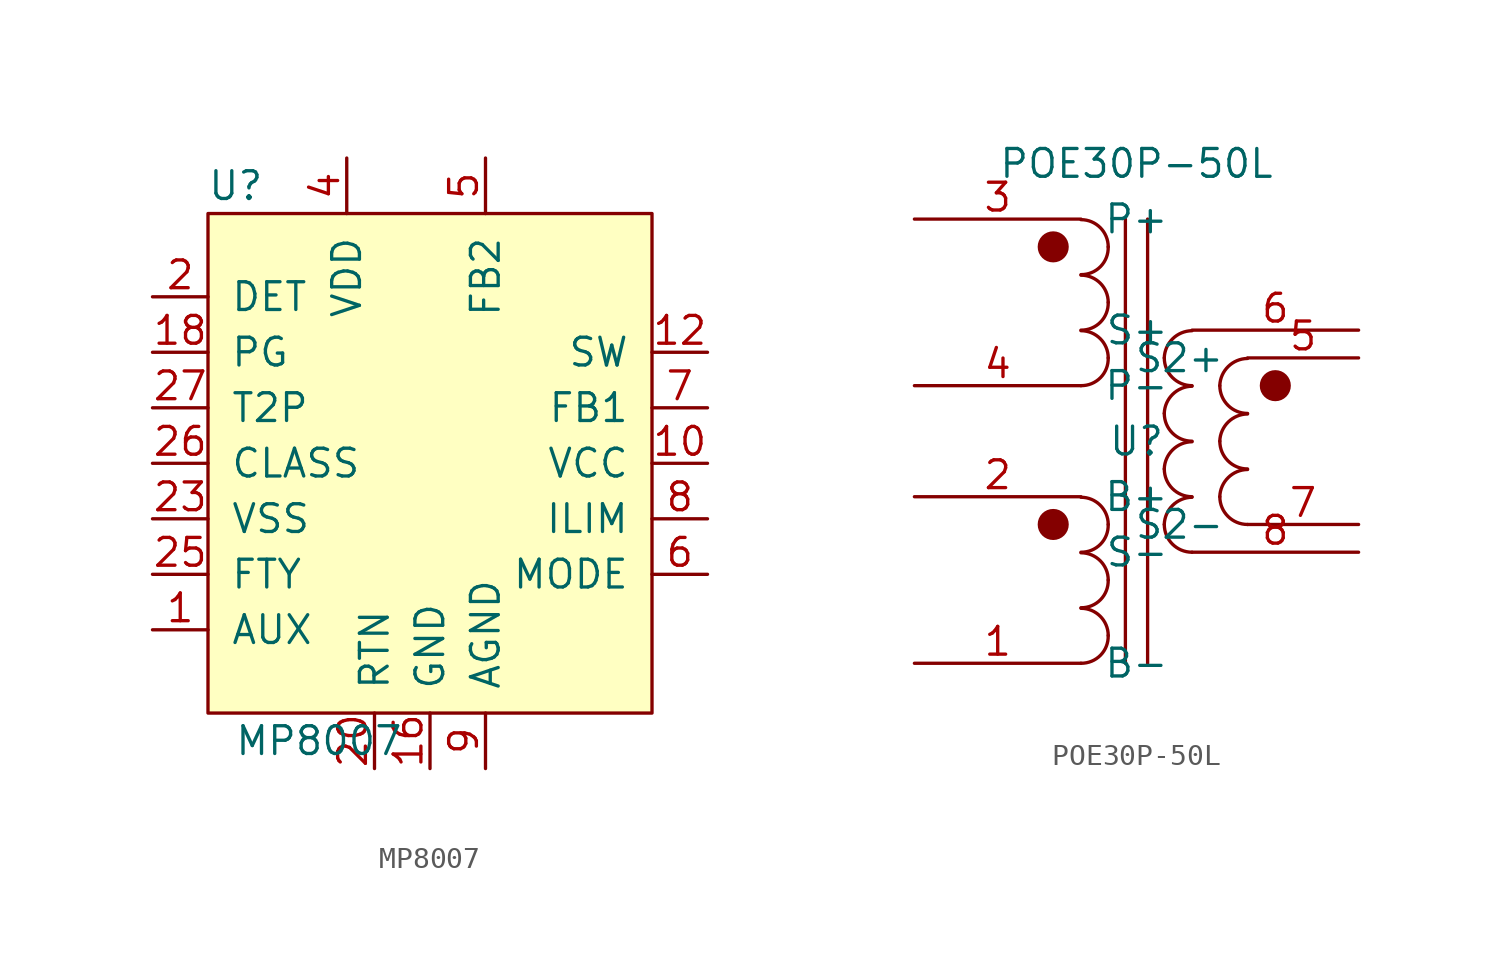
<source format=kicad_sym>
(kicad_symbol_lib
  (version 20211014)
  (generator kicad_symbol_editor)
  (symbol "MP8007"
    (pin_names
      (offset 1.016))
    (property "Reference" "U"
      (at -5.08 11.43 0)
      (effects (font (size 1.27 1.27))))
    (property "Value" "MP8007"
      (at -1.27 -13.97 0)
      (effects (font (size 1.27 1.27))))
    (symbol "MP8007_0_1"
      (rectangle (start -6.35 10.16) (end 13.97 -12.7) (stroke (width 0) (type default) (color 0 0 0 0)) (fill (type background))))
    (symbol "MP8007_1_1"
      (pin input line (at -8.89 -8.89 0) (length 2.54) (name "AUX" (effects (font (size 1.27 1.27)))) (number "1" (effects (font (size 1.27 1.27)))))
      (pin input line (at 16.51 -1.27 180) (length 2.54) (name "VCC" (effects (font (size 1.27 1.27)))) (number "10" (effects (font (size 1.27 1.27)))))
      (pin input line (at 16.51 3.81 180) (length 2.54) (name "SW" (effects (font (size 1.27 1.27)))) (number "12" (effects (font (size 1.27 1.27)))))
      (pin input line (at 16.51 3.81 180) (length 2.54) hide (name "~" (effects (font (size 1.27 1.27)))) (number "13" (effects (font (size 1.27 1.27)))))
      (pin input line (at 3.81 -15.24 90) (length 2.54) (name "GND" (effects (font (size 1.27 1.27)))) (number "16" (effects (font (size 1.27 1.27)))))
      (pin input line (at 3.81 -15.24 90) (length 2.54) hide (name "~" (effects (font (size 1.27 1.27)))) (number "17" (effects (font (size 1.27 1.27)))))
      (pin input line (at -8.89 3.81 0) (length 2.54) (name "PG" (effects (font (size 1.27 1.27)))) (number "18" (effects (font (size 1.27 1.27)))))
      (pin input line (at -8.89 6.35 0) (length 2.54) (name "DET" (effects (font (size 1.27 1.27)))) (number "2" (effects (font (size 1.27 1.27)))))
      (pin input line (at 1.27 -15.24 90) (length 2.54) (name "RTN" (effects (font (size 1.27 1.27)))) (number "20" (effects (font (size 1.27 1.27)))))
      (pin input line (at 1.27 -15.24 90) (length 2.54) hide (name "~" (effects (font (size 1.27 1.27)))) (number "21" (effects (font (size 1.27 1.27)))))
      (pin input line (at -8.89 -3.81 0) (length 2.54) (name "VSS" (effects (font (size 1.27 1.27)))) (number "23" (effects (font (size 1.27 1.27)))))
      (pin input line (at -8.89 -3.81 0) (length 2.54) hide (name "~" (effects (font (size 1.27 1.27)))) (number "24" (effects (font (size 1.27 1.27)))))
      (pin input line (at -8.89 -6.35 0) (length 2.54) (name "FTY" (effects (font (size 1.27 1.27)))) (number "25" (effects (font (size 1.27 1.27)))))
      (pin input line (at -8.89 -1.27 0) (length 2.54) (name "CLASS" (effects (font (size 1.27 1.27)))) (number "26" (effects (font (size 1.27 1.27)))))
      (pin input line (at -8.89 1.27 0) (length 2.54) (name "T2P" (effects (font (size 1.27 1.27)))) (number "27" (effects (font (size 1.27 1.27)))))
      (pin input line (at 3.81 -15.24 90) (length 2.54) hide (name "GND" (effects (font (size 1.27 1.27)))) (number "29" (effects (font (size 1.27 1.27)))))
      (pin input line (at 0 12.7 270) (length 2.54) (name "VDD" (effects (font (size 1.27 1.27)))) (number "4" (effects (font (size 1.27 1.27)))))
      (pin input line (at 6.35 12.7 270) (length 2.54) (name "FB2" (effects (font (size 1.27 1.27)))) (number "5" (effects (font (size 1.27 1.27)))))
      (pin input line (at 16.51 -6.35 180) (length 2.54) (name "MODE" (effects (font (size 1.27 1.27)))) (number "6" (effects (font (size 1.27 1.27)))))
      (pin input line (at 16.51 1.27 180) (length 2.54) (name "FB1" (effects (font (size 1.27 1.27)))) (number "7" (effects (font (size 1.27 1.27)))))
      (pin input line (at 16.51 -3.81 180) (length 2.54) (name "ILIM" (effects (font (size 1.27 1.27)))) (number "8" (effects (font (size 1.27 1.27)))))
      (pin input line (at 6.35 -15.24 90) (length 2.54) (name "AGND" (effects (font (size 1.27 1.27)))) (number "9" (effects (font (size 1.27 1.27)))))))
  (symbol "POE30P-50L"
    (pin_names
      (offset 1.016))
    (property "Reference" "U"
      (at 0 0 0)
      (effects (font (size 1.27 1.27))))
    (property "Value" "POE30P-50L"
      (at 0 12.7 0)
      (effects (font (size 1.27 1.27))))
    (symbol "POE30P-50L_0_1"
      (circle (center -3.81 -3.81) (radius 0.635) (stroke (width 0) (type default) (color 0 0 0 0)) (fill (type outline)))
      (circle (center -3.81 8.89) (radius 0.635) (stroke (width 0) (type default) (color 0 0 0 0)) (fill (type outline)))
      (circle (center 6.35 2.54) (radius 0.635) (stroke (width 0) (type default) (color 0 0 0 0)) (fill (type outline))))
    (symbol "POE30P-50L_1_1"
      (arc (start -2.54 -10.16) (mid -1.642 -9.788) (end -1.2954 -8.89) (stroke (width 0) (type default) (color 0 0 0 0)) (fill (type none)))
      (arc (start -2.54 -7.62) (mid -1.642 -7.248) (end -1.2954 -6.35) (stroke (width 0) (type default) (color 0 0 0 0)) (fill (type none)))
      (arc (start -2.54 -5.08) (mid -1.642 -4.708) (end -1.2954 -3.81) (stroke (width 0) (type default) (color 0 0 0 0)) (fill (type none)))
      (arc (start -2.54 2.54) (mid -1.642 2.912) (end -1.2954 3.81) (stroke (width 0) (type default) (color 0 0 0 0)) (fill (type none)))
      (arc (start -2.54 5.08) (mid -1.642 5.452) (end -1.2954 6.35) (stroke (width 0) (type default) (color 0 0 0 0)) (fill (type none)))
      (arc (start -2.54 7.62) (mid -1.642 7.992) (end -1.2954 8.89) (stroke (width 0) (type default) (color 0 0 0 0)) (fill (type none)))
      (arc (start -1.2954 -8.89) (mid -1.6599 -8.0099) (end -2.54 -7.6454) (stroke (width 0) (type default) (color 0 0 0 0)) (fill (type none)))
      (arc (start -1.2954 -6.35) (mid -1.6599 -5.4699) (end -2.54 -5.1054) (stroke (width 0) (type default) (color 0 0 0 0)) (fill (type none)))
      (arc (start -1.2954 -3.81) (mid -1.6599 -2.9299) (end -2.54 -2.5654) (stroke (width 0) (type default) (color 0 0 0 0)) (fill (type none)))
      (arc (start -1.2954 3.81) (mid -1.6599 4.6901) (end -2.54 5.0546) (stroke (width 0) (type default) (color 0 0 0 0)) (fill (type none)))
      (arc (start -1.2954 6.35) (mid -1.6599 7.2301) (end -2.54 7.5946) (stroke (width 0) (type default) (color 0 0 0 0)) (fill (type none)))
      (arc (start -1.2954 8.89) (mid -1.6599 9.7701) (end -2.54 10.1346) (stroke (width 0) (type default) (color 0 0 0 0)) (fill (type none)))
      (polyline (pts (xy -0.508 -10.16) (xy -0.508 10.16)) (stroke (width 0) (type default) (color 0 0 0 0)) (fill (type none)))
      (polyline (pts (xy 0.508 10.16) (xy 0.508 -10.16)) (stroke (width 0) (type default) (color 0 0 0 0)) (fill (type none)))
      (arc (start 1.27 -3.81) (mid 1.642 -4.708) (end 2.54 -5.08) (stroke (width 0) (type default) (color 0 0 0 0)) (fill (type none)))
      (arc (start 1.27 -1.27) (mid 1.642 -2.168) (end 2.54 -2.54) (stroke (width 0) (type default) (color 0 0 0 0)) (fill (type none)))
      (arc (start 1.27 1.27) (mid 1.642 0.372) (end 2.54 0) (stroke (width 0) (type default) (color 0 0 0 0)) (fill (type none)))
      (arc (start 1.27 3.81) (mid 1.642 2.912) (end 2.54 2.54) (stroke (width 0) (type default) (color 0 0 0 0)) (fill (type none)))
      (arc (start 2.54 -2.5654) (mid 1.6599 -2.9299) (end 1.27 -3.81) (stroke (width 0) (type default) (color 0 0 0 0)) (fill (type none)))
      (arc (start 2.54 -0.0254) (mid 1.6599 -0.3899) (end 1.27 -1.27) (stroke (width 0) (type default) (color 0 0 0 0)) (fill (type none)))
      (arc (start 2.54 2.5146) (mid 1.6599 2.1501) (end 1.27 1.27) (stroke (width 0) (type default) (color 0 0 0 0)) (fill (type none)))
      (arc (start 2.54 5.0546) (mid 1.6599 4.6901) (end 1.27 3.81) (stroke (width 0) (type default) (color 0 0 0 0)) (fill (type none)))
      (arc (start 3.81 -2.54) (mid 4.182 -3.438) (end 5.08 -3.81) (stroke (width 0) (type default) (color 0 0 0 0)) (fill (type none)))
      (arc (start 3.81 0) (mid 4.182 -0.898) (end 5.08 -1.27) (stroke (width 0) (type default) (color 0 0 0 0)) (fill (type none)))
      (arc (start 3.81 2.54) (mid 4.182 1.642) (end 5.08 1.27) (stroke (width 0) (type default) (color 0 0 0 0)) (fill (type none)))
      (arc (start 5.08 -1.2954) (mid 4.1999 -1.6599) (end 3.81 -2.54) (stroke (width 0) (type default) (color 0 0 0 0)) (fill (type none)))
      (arc (start 5.08 1.2446) (mid 4.1999 0.8801) (end 3.81 0) (stroke (width 0) (type default) (color 0 0 0 0)) (fill (type none)))
      (arc (start 5.08 3.7846) (mid 4.1999 3.4201) (end 3.81 2.54) (stroke (width 0) (type default) (color 0 0 0 0)) (fill (type none)))
      (pin passive line (at -10.16 -10.16 0) (length 7.62) (name "B-" (effects (font (size 1.27 1.27)))) (number "1" (effects (font (size 1.27 1.27)))))
      (pin passive line (at -10.16 -2.54 0) (length 7.62) (name "B+" (effects (font (size 1.27 1.27)))) (number "2" (effects (font (size 1.27 1.27)))))
      (pin passive line (at -10.16 10.16 0) (length 7.62) (name "P+" (effects (font (size 1.27 1.27)))) (number "3" (effects (font (size 1.27 1.27)))))
      (pin passive line (at -10.16 2.54 0) (length 7.62) (name "P-" (effects (font (size 1.27 1.27)))) (number "4" (effects (font (size 1.27 1.27)))))
      (pin passive line (at 10.16 3.81 180) (length 5.08) (name "S2+" (effects (font (size 1.27 1.27)))) (number "5" (effects (font (size 1.27 1.27)))))
      (pin passive line (at 10.16 5.08 180) (length 7.62) (name "S+" (effects (font (size 1.27 1.27)))) (number "6" (effects (font (size 1.27 1.27)))))
      (pin passive line (at 10.16 -3.81 180) (length 5.08) (name "S2-" (effects (font (size 1.27 1.27)))) (number "7" (effects (font (size 1.27 1.27)))))
      (pin passive line (at 10.16 -5.08 180) (length 7.62) (name "S-" (effects (font (size 1.27 1.27)))) (number "8" (effects (font (size 1.27 1.27))))))))
</source>
